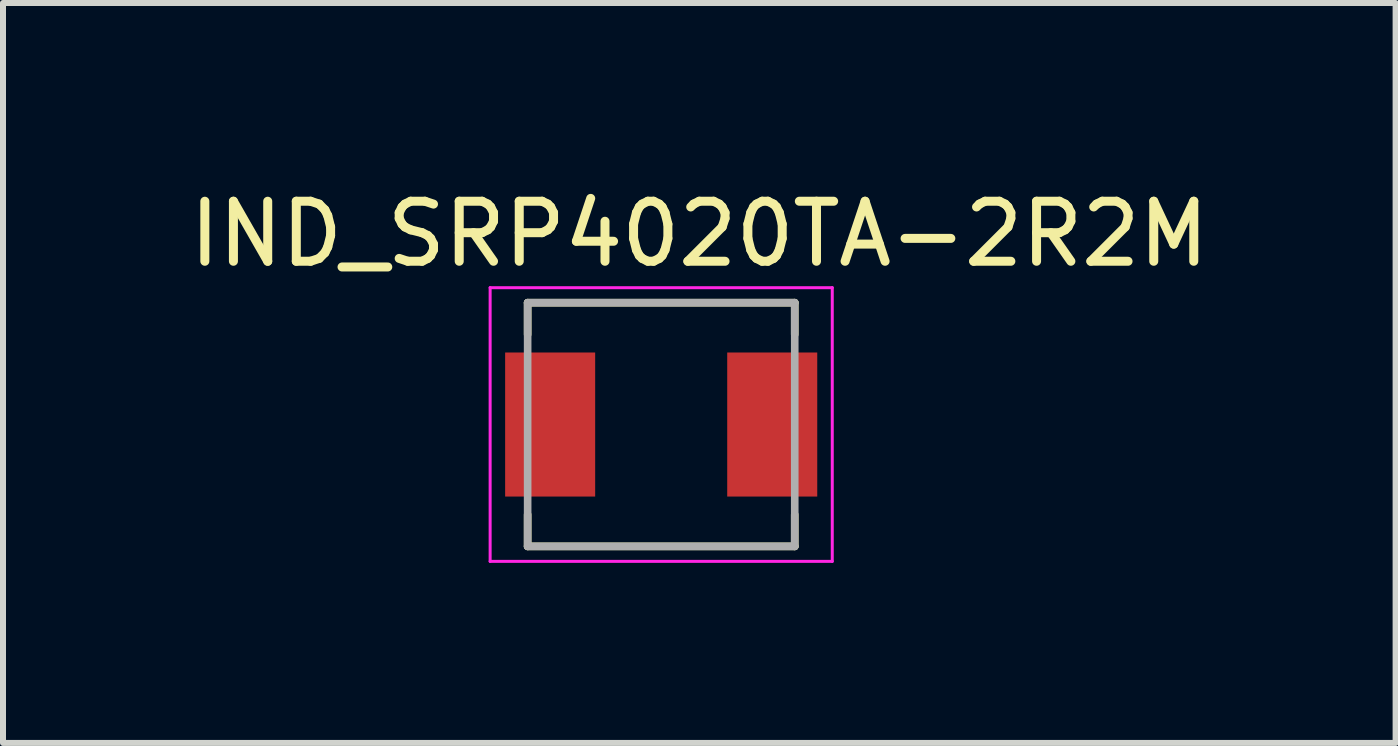
<source format=kicad_pcb>
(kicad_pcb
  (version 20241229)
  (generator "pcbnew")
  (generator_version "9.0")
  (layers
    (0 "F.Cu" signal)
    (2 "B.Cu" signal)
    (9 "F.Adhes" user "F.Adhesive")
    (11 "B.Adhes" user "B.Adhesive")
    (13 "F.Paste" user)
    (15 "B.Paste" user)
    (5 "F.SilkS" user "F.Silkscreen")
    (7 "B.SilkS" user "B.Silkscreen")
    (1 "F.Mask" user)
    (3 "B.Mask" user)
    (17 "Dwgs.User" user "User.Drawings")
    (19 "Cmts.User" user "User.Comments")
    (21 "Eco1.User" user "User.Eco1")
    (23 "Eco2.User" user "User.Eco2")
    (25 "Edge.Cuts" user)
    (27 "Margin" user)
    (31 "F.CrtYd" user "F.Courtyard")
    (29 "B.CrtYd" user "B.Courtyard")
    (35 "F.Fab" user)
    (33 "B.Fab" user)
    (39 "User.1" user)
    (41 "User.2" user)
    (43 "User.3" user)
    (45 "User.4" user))
  (footprint "IND_SRP4020TA-2R2M"
    (layer "F.Cu")
    (at 7.966 4.023)
    (property "Reference" "IND_SRP4020TA-2R2M" (at 0.635 -3.175 0) (layer "F.SilkS") (effects (font (size 1 1) (thickness 0.15))))
    (attr smd)
    (fp_line (start -2.225 -2.03) (end 2.225 -2.03) (stroke (width 0.127) (type solid)) (layer "F.SilkS"))
    (fp_line (start -2.225 -1.5) (end -2.225 -2.03) (stroke (width 0.127) (type solid)) (layer "F.SilkS"))
    (fp_line (start -2.225 2.03) (end -2.225 1.5) (stroke (width 0.127) (type solid)) (layer "F.SilkS"))
    (fp_line (start -2.225 2.03) (end 2.225 2.03) (stroke (width 0.127) (type solid)) (layer "F.SilkS"))
    (fp_line (start 2.225 -2.03) (end 2.225 -1.5) (stroke (width 0.127) (type solid)) (layer "F.SilkS"))
    (fp_line (start 2.225 2.03) (end 2.225 1.5) (stroke (width 0.127) (type solid)) (layer "F.SilkS"))
    (fp_line (start -2.85 -2.28) (end 2.85 -2.28) (stroke (width 0.05) (type solid)) (layer "F.CrtYd"))
    (fp_line (start -2.85 2.28) (end -2.85 -2.28) (stroke (width 0.05) (type solid)) (layer "F.CrtYd"))
    (fp_line (start 2.85 -2.28) (end 2.85 2.28) (stroke (width 0.05) (type solid)) (layer "F.CrtYd"))
    (fp_line (start 2.85 2.28) (end -2.85 2.28) (stroke (width 0.05) (type solid)) (layer "F.CrtYd"))
    (fp_line (start -2.225 -2.03) (end 2.225 -2.03) (stroke (width 0.127) (type solid)) (layer "F.Fab"))
    (fp_line (start -2.225 2.03) (end -2.225 -2.03) (stroke (width 0.127) (type solid)) (layer "F.Fab"))
    (fp_line (start 2.225 -2.03) (end 2.225 2.03) (stroke (width 0.127) (type solid)) (layer "F.Fab"))
    (fp_line (start 2.225 2.03) (end -2.225 2.03) (stroke (width 0.127) (type solid)) (layer "F.Fab"))
    (pad "1" smd rect (at -1.85 0) (size 1.5 2.4) (layers "F.Cu" "F.Mask" "F.Paste"))
    (pad "2" smd rect (at 1.85 0) (size 1.5 2.4) (layers "F.Cu" "F.Mask" "F.Paste")))
  (gr_rect
    (start -3 -3)
    (end 20.202 9.328)
    (stroke (width 0.1) (type default))
    (fill no)
    (layer "Edge.Cuts")))
</source>
